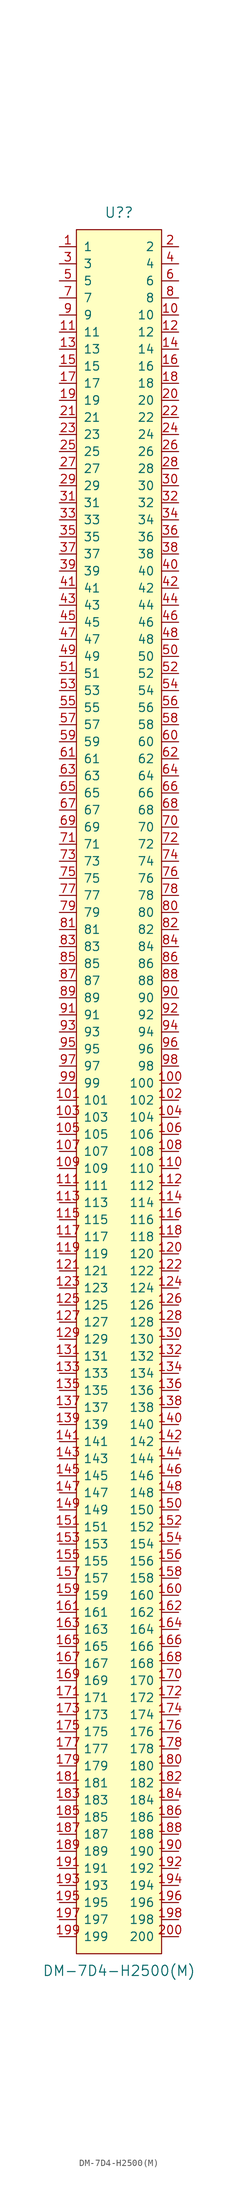
<source format=kicad_sym>
(kicad_symbol_lib
  (version 20211014)
  (generator kicad_symbol_editor)
  (symbol "DM-7D4-H2500(M)"
    (pin_names
      (offset 1.016))
    (property "Reference" "U?"
      (at 0 130.81 0)
      (effects (font (size 1.524 1.524))))
    (property "Value" "DM-7D4-H2500(M)"
      (at 0 -130.81 0)
      (effects (font (size 1.524 1.524))))
    (property "ki_locked" ""
      (at 0 0 0)
      (effects (font (size 1.27 1.27))))
    (symbol "DM-7D4-H2500(M)_1_1"
      (rectangle (start -6.35 128.27) (end 6.35 -128.27) (stroke (width 0) (type default) (color 0 0 0 0)) (fill (type background)))
      (pin unspecified line (at -8.89 125.73 0) (length 2.54) (name "1" (effects (font (size 1.27 1.27)))) (number "1" (effects (font (size 1.27 1.27)))))
      (pin unspecified line (at 8.89 115.57 180) (length 2.54) (name "10" (effects (font (size 1.27 1.27)))) (number "10" (effects (font (size 1.27 1.27)))))
      (pin unspecified line (at 8.89 1.27 180) (length 2.54) (name "100" (effects (font (size 1.27 1.27)))) (number "100" (effects (font (size 1.27 1.27)))))
      (pin unspecified line (at -8.89 -1.27 0) (length 2.54) (name "101" (effects (font (size 1.27 1.27)))) (number "101" (effects (font (size 1.27 1.27)))))
      (pin unspecified line (at 8.89 -1.27 180) (length 2.54) (name "102" (effects (font (size 1.27 1.27)))) (number "102" (effects (font (size 1.27 1.27)))))
      (pin unspecified line (at -8.89 -3.81 0) (length 2.54) (name "103" (effects (font (size 1.27 1.27)))) (number "103" (effects (font (size 1.27 1.27)))))
      (pin unspecified line (at 8.89 -3.81 180) (length 2.54) (name "104" (effects (font (size 1.27 1.27)))) (number "104" (effects (font (size 1.27 1.27)))))
      (pin unspecified line (at -8.89 -6.35 0) (length 2.54) (name "105" (effects (font (size 1.27 1.27)))) (number "105" (effects (font (size 1.27 1.27)))))
      (pin unspecified line (at 8.89 -6.35 180) (length 2.54) (name "106" (effects (font (size 1.27 1.27)))) (number "106" (effects (font (size 1.27 1.27)))))
      (pin unspecified line (at -8.89 -8.89 0) (length 2.54) (name "107" (effects (font (size 1.27 1.27)))) (number "107" (effects (font (size 1.27 1.27)))))
      (pin unspecified line (at 8.89 -8.89 180) (length 2.54) (name "108" (effects (font (size 1.27 1.27)))) (number "108" (effects (font (size 1.27 1.27)))))
      (pin unspecified line (at -8.89 -11.43 0) (length 2.54) (name "109" (effects (font (size 1.27 1.27)))) (number "109" (effects (font (size 1.27 1.27)))))
      (pin unspecified line (at -8.89 113.03 0) (length 2.54) (name "11" (effects (font (size 1.27 1.27)))) (number "11" (effects (font (size 1.27 1.27)))))
      (pin unspecified line (at 8.89 -11.43 180) (length 2.54) (name "110" (effects (font (size 1.27 1.27)))) (number "110" (effects (font (size 1.27 1.27)))))
      (pin unspecified line (at -8.89 -13.97 0) (length 2.54) (name "111" (effects (font (size 1.27 1.27)))) (number "111" (effects (font (size 1.27 1.27)))))
      (pin unspecified line (at 8.89 -13.97 180) (length 2.54) (name "112" (effects (font (size 1.27 1.27)))) (number "112" (effects (font (size 1.27 1.27)))))
      (pin unspecified line (at -8.89 -16.51 0) (length 2.54) (name "113" (effects (font (size 1.27 1.27)))) (number "113" (effects (font (size 1.27 1.27)))))
      (pin unspecified line (at 8.89 -16.51 180) (length 2.54) (name "114" (effects (font (size 1.27 1.27)))) (number "114" (effects (font (size 1.27 1.27)))))
      (pin unspecified line (at -8.89 -19.05 0) (length 2.54) (name "115" (effects (font (size 1.27 1.27)))) (number "115" (effects (font (size 1.27 1.27)))))
      (pin unspecified line (at 8.89 -19.05 180) (length 2.54) (name "116" (effects (font (size 1.27 1.27)))) (number "116" (effects (font (size 1.27 1.27)))))
      (pin unspecified line (at -8.89 -21.59 0) (length 2.54) (name "117" (effects (font (size 1.27 1.27)))) (number "117" (effects (font (size 1.27 1.27)))))
      (pin unspecified line (at 8.89 -21.59 180) (length 2.54) (name "118" (effects (font (size 1.27 1.27)))) (number "118" (effects (font (size 1.27 1.27)))))
      (pin unspecified line (at -8.89 -24.13 0) (length 2.54) (name "119" (effects (font (size 1.27 1.27)))) (number "119" (effects (font (size 1.27 1.27)))))
      (pin unspecified line (at 8.89 113.03 180) (length 2.54) (name "12" (effects (font (size 1.27 1.27)))) (number "12" (effects (font (size 1.27 1.27)))))
      (pin unspecified line (at 8.89 -24.13 180) (length 2.54) (name "120" (effects (font (size 1.27 1.27)))) (number "120" (effects (font (size 1.27 1.27)))))
      (pin unspecified line (at -8.89 -26.67 0) (length 2.54) (name "121" (effects (font (size 1.27 1.27)))) (number "121" (effects (font (size 1.27 1.27)))))
      (pin unspecified line (at 8.89 -26.67 180) (length 2.54) (name "122" (effects (font (size 1.27 1.27)))) (number "122" (effects (font (size 1.27 1.27)))))
      (pin unspecified line (at -8.89 -29.21 0) (length 2.54) (name "123" (effects (font (size 1.27 1.27)))) (number "123" (effects (font (size 1.27 1.27)))))
      (pin unspecified line (at 8.89 -29.21 180) (length 2.54) (name "124" (effects (font (size 1.27 1.27)))) (number "124" (effects (font (size 1.27 1.27)))))
      (pin unspecified line (at -8.89 -31.75 0) (length 2.54) (name "125" (effects (font (size 1.27 1.27)))) (number "125" (effects (font (size 1.27 1.27)))))
      (pin unspecified line (at 8.89 -31.75 180) (length 2.54) (name "126" (effects (font (size 1.27 1.27)))) (number "126" (effects (font (size 1.27 1.27)))))
      (pin unspecified line (at -8.89 -34.29 0) (length 2.54) (name "127" (effects (font (size 1.27 1.27)))) (number "127" (effects (font (size 1.27 1.27)))))
      (pin unspecified line (at 8.89 -34.29 180) (length 2.54) (name "128" (effects (font (size 1.27 1.27)))) (number "128" (effects (font (size 1.27 1.27)))))
      (pin unspecified line (at -8.89 -36.83 0) (length 2.54) (name "129" (effects (font (size 1.27 1.27)))) (number "129" (effects (font (size 1.27 1.27)))))
      (pin unspecified line (at -8.89 110.49 0) (length 2.54) (name "13" (effects (font (size 1.27 1.27)))) (number "13" (effects (font (size 1.27 1.27)))))
      (pin unspecified line (at 8.89 -36.83 180) (length 2.54) (name "130" (effects (font (size 1.27 1.27)))) (number "130" (effects (font (size 1.27 1.27)))))
      (pin unspecified line (at -8.89 -39.37 0) (length 2.54) (name "131" (effects (font (size 1.27 1.27)))) (number "131" (effects (font (size 1.27 1.27)))))
      (pin unspecified line (at 8.89 -39.37 180) (length 2.54) (name "132" (effects (font (size 1.27 1.27)))) (number "132" (effects (font (size 1.27 1.27)))))
      (pin unspecified line (at -8.89 -41.91 0) (length 2.54) (name "133" (effects (font (size 1.27 1.27)))) (number "133" (effects (font (size 1.27 1.27)))))
      (pin unspecified line (at 8.89 -41.91 180) (length 2.54) (name "134" (effects (font (size 1.27 1.27)))) (number "134" (effects (font (size 1.27 1.27)))))
      (pin unspecified line (at -8.89 -44.45 0) (length 2.54) (name "135" (effects (font (size 1.27 1.27)))) (number "135" (effects (font (size 1.27 1.27)))))
      (pin unspecified line (at 8.89 -44.45 180) (length 2.54) (name "136" (effects (font (size 1.27 1.27)))) (number "136" (effects (font (size 1.27 1.27)))))
      (pin unspecified line (at -8.89 -46.99 0) (length 2.54) (name "137" (effects (font (size 1.27 1.27)))) (number "137" (effects (font (size 1.27 1.27)))))
      (pin unspecified line (at 8.89 -46.99 180) (length 2.54) (name "138" (effects (font (size 1.27 1.27)))) (number "138" (effects (font (size 1.27 1.27)))))
      (pin unspecified line (at -8.89 -49.53 0) (length 2.54) (name "139" (effects (font (size 1.27 1.27)))) (number "139" (effects (font (size 1.27 1.27)))))
      (pin unspecified line (at 8.89 110.49 180) (length 2.54) (name "14" (effects (font (size 1.27 1.27)))) (number "14" (effects (font (size 1.27 1.27)))))
      (pin unspecified line (at 8.89 -49.53 180) (length 2.54) (name "140" (effects (font (size 1.27 1.27)))) (number "140" (effects (font (size 1.27 1.27)))))
      (pin unspecified line (at -8.89 -52.07 0) (length 2.54) (name "141" (effects (font (size 1.27 1.27)))) (number "141" (effects (font (size 1.27 1.27)))))
      (pin unspecified line (at 8.89 -52.07 180) (length 2.54) (name "142" (effects (font (size 1.27 1.27)))) (number "142" (effects (font (size 1.27 1.27)))))
      (pin unspecified line (at -8.89 -54.61 0) (length 2.54) (name "143" (effects (font (size 1.27 1.27)))) (number "143" (effects (font (size 1.27 1.27)))))
      (pin unspecified line (at 8.89 -54.61 180) (length 2.54) (name "144" (effects (font (size 1.27 1.27)))) (number "144" (effects (font (size 1.27 1.27)))))
      (pin unspecified line (at -8.89 -57.15 0) (length 2.54) (name "145" (effects (font (size 1.27 1.27)))) (number "145" (effects (font (size 1.27 1.27)))))
      (pin unspecified line (at 8.89 -57.15 180) (length 2.54) (name "146" (effects (font (size 1.27 1.27)))) (number "146" (effects (font (size 1.27 1.27)))))
      (pin unspecified line (at -8.89 -59.69 0) (length 2.54) (name "147" (effects (font (size 1.27 1.27)))) (number "147" (effects (font (size 1.27 1.27)))))
      (pin unspecified line (at 8.89 -59.69 180) (length 2.54) (name "148" (effects (font (size 1.27 1.27)))) (number "148" (effects (font (size 1.27 1.27)))))
      (pin unspecified line (at -8.89 -62.23 0) (length 2.54) (name "149" (effects (font (size 1.27 1.27)))) (number "149" (effects (font (size 1.27 1.27)))))
      (pin unspecified line (at -8.89 107.95 0) (length 2.54) (name "15" (effects (font (size 1.27 1.27)))) (number "15" (effects (font (size 1.27 1.27)))))
      (pin unspecified line (at 8.89 -62.23 180) (length 2.54) (name "150" (effects (font (size 1.27 1.27)))) (number "150" (effects (font (size 1.27 1.27)))))
      (pin unspecified line (at -8.89 -64.77 0) (length 2.54) (name "151" (effects (font (size 1.27 1.27)))) (number "151" (effects (font (size 1.27 1.27)))))
      (pin unspecified line (at 8.89 -64.77 180) (length 2.54) (name "152" (effects (font (size 1.27 1.27)))) (number "152" (effects (font (size 1.27 1.27)))))
      (pin unspecified line (at -8.89 -67.31 0) (length 2.54) (name "153" (effects (font (size 1.27 1.27)))) (number "153" (effects (font (size 1.27 1.27)))))
      (pin unspecified line (at 8.89 -67.31 180) (length 2.54) (name "154" (effects (font (size 1.27 1.27)))) (number "154" (effects (font (size 1.27 1.27)))))
      (pin unspecified line (at -8.89 -69.85 0) (length 2.54) (name "155" (effects (font (size 1.27 1.27)))) (number "155" (effects (font (size 1.27 1.27)))))
      (pin unspecified line (at 8.89 -69.85 180) (length 2.54) (name "156" (effects (font (size 1.27 1.27)))) (number "156" (effects (font (size 1.27 1.27)))))
      (pin unspecified line (at -8.89 -72.39 0) (length 2.54) (name "157" (effects (font (size 1.27 1.27)))) (number "157" (effects (font (size 1.27 1.27)))))
      (pin unspecified line (at 8.89 -72.39 180) (length 2.54) (name "158" (effects (font (size 1.27 1.27)))) (number "158" (effects (font (size 1.27 1.27)))))
      (pin unspecified line (at -8.89 -74.93 0) (length 2.54) (name "159" (effects (font (size 1.27 1.27)))) (number "159" (effects (font (size 1.27 1.27)))))
      (pin unspecified line (at 8.89 107.95 180) (length 2.54) (name "16" (effects (font (size 1.27 1.27)))) (number "16" (effects (font (size 1.27 1.27)))))
      (pin unspecified line (at 8.89 -74.93 180) (length 2.54) (name "160" (effects (font (size 1.27 1.27)))) (number "160" (effects (font (size 1.27 1.27)))))
      (pin unspecified line (at -8.89 -77.47 0) (length 2.54) (name "161" (effects (font (size 1.27 1.27)))) (number "161" (effects (font (size 1.27 1.27)))))
      (pin unspecified line (at 8.89 -77.47 180) (length 2.54) (name "162" (effects (font (size 1.27 1.27)))) (number "162" (effects (font (size 1.27 1.27)))))
      (pin unspecified line (at -8.89 -80.01 0) (length 2.54) (name "163" (effects (font (size 1.27 1.27)))) (number "163" (effects (font (size 1.27 1.27)))))
      (pin unspecified line (at 8.89 -80.01 180) (length 2.54) (name "164" (effects (font (size 1.27 1.27)))) (number "164" (effects (font (size 1.27 1.27)))))
      (pin unspecified line (at -8.89 -82.55 0) (length 2.54) (name "165" (effects (font (size 1.27 1.27)))) (number "165" (effects (font (size 1.27 1.27)))))
      (pin unspecified line (at 8.89 -82.55 180) (length 2.54) (name "166" (effects (font (size 1.27 1.27)))) (number "166" (effects (font (size 1.27 1.27)))))
      (pin unspecified line (at -8.89 -85.09 0) (length 2.54) (name "167" (effects (font (size 1.27 1.27)))) (number "167" (effects (font (size 1.27 1.27)))))
      (pin unspecified line (at 8.89 -85.09 180) (length 2.54) (name "168" (effects (font (size 1.27 1.27)))) (number "168" (effects (font (size 1.27 1.27)))))
      (pin unspecified line (at -8.89 -87.63 0) (length 2.54) (name "169" (effects (font (size 1.27 1.27)))) (number "169" (effects (font (size 1.27 1.27)))))
      (pin unspecified line (at -8.89 105.41 0) (length 2.54) (name "17" (effects (font (size 1.27 1.27)))) (number "17" (effects (font (size 1.27 1.27)))))
      (pin unspecified line (at 8.89 -87.63 180) (length 2.54) (name "170" (effects (font (size 1.27 1.27)))) (number "170" (effects (font (size 1.27 1.27)))))
      (pin unspecified line (at -8.89 -90.17 0) (length 2.54) (name "171" (effects (font (size 1.27 1.27)))) (number "171" (effects (font (size 1.27 1.27)))))
      (pin unspecified line (at 8.89 -90.17 180) (length 2.54) (name "172" (effects (font (size 1.27 1.27)))) (number "172" (effects (font (size 1.27 1.27)))))
      (pin unspecified line (at -8.89 -92.71 0) (length 2.54) (name "173" (effects (font (size 1.27 1.27)))) (number "173" (effects (font (size 1.27 1.27)))))
      (pin unspecified line (at 8.89 -92.71 180) (length 2.54) (name "174" (effects (font (size 1.27 1.27)))) (number "174" (effects (font (size 1.27 1.27)))))
      (pin unspecified line (at -8.89 -95.25 0) (length 2.54) (name "175" (effects (font (size 1.27 1.27)))) (number "175" (effects (font (size 1.27 1.27)))))
      (pin unspecified line (at 8.89 -95.25 180) (length 2.54) (name "176" (effects (font (size 1.27 1.27)))) (number "176" (effects (font (size 1.27 1.27)))))
      (pin unspecified line (at -8.89 -97.79 0) (length 2.54) (name "177" (effects (font (size 1.27 1.27)))) (number "177" (effects (font (size 1.27 1.27)))))
      (pin unspecified line (at 8.89 -97.79 180) (length 2.54) (name "178" (effects (font (size 1.27 1.27)))) (number "178" (effects (font (size 1.27 1.27)))))
      (pin unspecified line (at -8.89 -100.33 0) (length 2.54) (name "179" (effects (font (size 1.27 1.27)))) (number "179" (effects (font (size 1.27 1.27)))))
      (pin unspecified line (at 8.89 105.41 180) (length 2.54) (name "18" (effects (font (size 1.27 1.27)))) (number "18" (effects (font (size 1.27 1.27)))))
      (pin unspecified line (at 8.89 -100.33 180) (length 2.54) (name "180" (effects (font (size 1.27 1.27)))) (number "180" (effects (font (size 1.27 1.27)))))
      (pin unspecified line (at -8.89 -102.87 0) (length 2.54) (name "181" (effects (font (size 1.27 1.27)))) (number "181" (effects (font (size 1.27 1.27)))))
      (pin unspecified line (at 8.89 -102.87 180) (length 2.54) (name "182" (effects (font (size 1.27 1.27)))) (number "182" (effects (font (size 1.27 1.27)))))
      (pin unspecified line (at -8.89 -105.41 0) (length 2.54) (name "183" (effects (font (size 1.27 1.27)))) (number "183" (effects (font (size 1.27 1.27)))))
      (pin unspecified line (at 8.89 -105.41 180) (length 2.54) (name "184" (effects (font (size 1.27 1.27)))) (number "184" (effects (font (size 1.27 1.27)))))
      (pin unspecified line (at -8.89 -107.95 0) (length 2.54) (name "185" (effects (font (size 1.27 1.27)))) (number "185" (effects (font (size 1.27 1.27)))))
      (pin unspecified line (at 8.89 -107.95 180) (length 2.54) (name "186" (effects (font (size 1.27 1.27)))) (number "186" (effects (font (size 1.27 1.27)))))
      (pin unspecified line (at -8.89 -110.49 0) (length 2.54) (name "187" (effects (font (size 1.27 1.27)))) (number "187" (effects (font (size 1.27 1.27)))))
      (pin unspecified line (at 8.89 -110.49 180) (length 2.54) (name "188" (effects (font (size 1.27 1.27)))) (number "188" (effects (font (size 1.27 1.27)))))
      (pin unspecified line (at -8.89 -113.03 0) (length 2.54) (name "189" (effects (font (size 1.27 1.27)))) (number "189" (effects (font (size 1.27 1.27)))))
      (pin unspecified line (at -8.89 102.87 0) (length 2.54) (name "19" (effects (font (size 1.27 1.27)))) (number "19" (effects (font (size 1.27 1.27)))))
      (pin unspecified line (at 8.89 -113.03 180) (length 2.54) (name "190" (effects (font (size 1.27 1.27)))) (number "190" (effects (font (size 1.27 1.27)))))
      (pin unspecified line (at -8.89 -115.57 0) (length 2.54) (name "191" (effects (font (size 1.27 1.27)))) (number "191" (effects (font (size 1.27 1.27)))))
      (pin unspecified line (at 8.89 -115.57 180) (length 2.54) (name "192" (effects (font (size 1.27 1.27)))) (number "192" (effects (font (size 1.27 1.27)))))
      (pin unspecified line (at -8.89 -118.11 0) (length 2.54) (name "193" (effects (font (size 1.27 1.27)))) (number "193" (effects (font (size 1.27 1.27)))))
      (pin unspecified line (at 8.89 -118.11 180) (length 2.54) (name "194" (effects (font (size 1.27 1.27)))) (number "194" (effects (font (size 1.27 1.27)))))
      (pin unspecified line (at -8.89 -120.65 0) (length 2.54) (name "195" (effects (font (size 1.27 1.27)))) (number "195" (effects (font (size 1.27 1.27)))))
      (pin unspecified line (at 8.89 -120.65 180) (length 2.54) (name "196" (effects (font (size 1.27 1.27)))) (number "196" (effects (font (size 1.27 1.27)))))
      (pin unspecified line (at -8.89 -123.19 0) (length 2.54) (name "197" (effects (font (size 1.27 1.27)))) (number "197" (effects (font (size 1.27 1.27)))))
      (pin unspecified line (at 8.89 -123.19 180) (length 2.54) (name "198" (effects (font (size 1.27 1.27)))) (number "198" (effects (font (size 1.27 1.27)))))
      (pin unspecified line (at -8.89 -125.73 0) (length 2.54) (name "199" (effects (font (size 1.27 1.27)))) (number "199" (effects (font (size 1.27 1.27)))))
      (pin unspecified line (at 8.89 125.73 180) (length 2.54) (name "2" (effects (font (size 1.27 1.27)))) (number "2" (effects (font (size 1.27 1.27)))))
      (pin unspecified line (at 8.89 102.87 180) (length 2.54) (name "20" (effects (font (size 1.27 1.27)))) (number "20" (effects (font (size 1.27 1.27)))))
      (pin unspecified line (at 8.89 -125.73 180) (length 2.54) (name "200" (effects (font (size 1.27 1.27)))) (number "200" (effects (font (size 1.27 1.27)))))
      (pin unspecified line (at -8.89 100.33 0) (length 2.54) (name "21" (effects (font (size 1.27 1.27)))) (number "21" (effects (font (size 1.27 1.27)))))
      (pin unspecified line (at 8.89 100.33 180) (length 2.54) (name "22" (effects (font (size 1.27 1.27)))) (number "22" (effects (font (size 1.27 1.27)))))
      (pin unspecified line (at -8.89 97.79 0) (length 2.54) (name "23" (effects (font (size 1.27 1.27)))) (number "23" (effects (font (size 1.27 1.27)))))
      (pin unspecified line (at 8.89 97.79 180) (length 2.54) (name "24" (effects (font (size 1.27 1.27)))) (number "24" (effects (font (size 1.27 1.27)))))
      (pin unspecified line (at -8.89 95.25 0) (length 2.54) (name "25" (effects (font (size 1.27 1.27)))) (number "25" (effects (font (size 1.27 1.27)))))
      (pin unspecified line (at 8.89 95.25 180) (length 2.54) (name "26" (effects (font (size 1.27 1.27)))) (number "26" (effects (font (size 1.27 1.27)))))
      (pin unspecified line (at -8.89 92.71 0) (length 2.54) (name "27" (effects (font (size 1.27 1.27)))) (number "27" (effects (font (size 1.27 1.27)))))
      (pin unspecified line (at 8.89 92.71 180) (length 2.54) (name "28" (effects (font (size 1.27 1.27)))) (number "28" (effects (font (size 1.27 1.27)))))
      (pin unspecified line (at -8.89 90.17 0) (length 2.54) (name "29" (effects (font (size 1.27 1.27)))) (number "29" (effects (font (size 1.27 1.27)))))
      (pin unspecified line (at -8.89 123.19 0) (length 2.54) (name "3" (effects (font (size 1.27 1.27)))) (number "3" (effects (font (size 1.27 1.27)))))
      (pin unspecified line (at 8.89 90.17 180) (length 2.54) (name "30" (effects (font (size 1.27 1.27)))) (number "30" (effects (font (size 1.27 1.27)))))
      (pin unspecified line (at -8.89 87.63 0) (length 2.54) (name "31" (effects (font (size 1.27 1.27)))) (number "31" (effects (font (size 1.27 1.27)))))
      (pin unspecified line (at 8.89 87.63 180) (length 2.54) (name "32" (effects (font (size 1.27 1.27)))) (number "32" (effects (font (size 1.27 1.27)))))
      (pin unspecified line (at -8.89 85.09 0) (length 2.54) (name "33" (effects (font (size 1.27 1.27)))) (number "33" (effects (font (size 1.27 1.27)))))
      (pin unspecified line (at 8.89 85.09 180) (length 2.54) (name "34" (effects (font (size 1.27 1.27)))) (number "34" (effects (font (size 1.27 1.27)))))
      (pin unspecified line (at -8.89 82.55 0) (length 2.54) (name "35" (effects (font (size 1.27 1.27)))) (number "35" (effects (font (size 1.27 1.27)))))
      (pin unspecified line (at 8.89 82.55 180) (length 2.54) (name "36" (effects (font (size 1.27 1.27)))) (number "36" (effects (font (size 1.27 1.27)))))
      (pin unspecified line (at -8.89 80.01 0) (length 2.54) (name "37" (effects (font (size 1.27 1.27)))) (number "37" (effects (font (size 1.27 1.27)))))
      (pin unspecified line (at 8.89 80.01 180) (length 2.54) (name "38" (effects (font (size 1.27 1.27)))) (number "38" (effects (font (size 1.27 1.27)))))
      (pin unspecified line (at -8.89 77.47 0) (length 2.54) (name "39" (effects (font (size 1.27 1.27)))) (number "39" (effects (font (size 1.27 1.27)))))
      (pin unspecified line (at 8.89 123.19 180) (length 2.54) (name "4" (effects (font (size 1.27 1.27)))) (number "4" (effects (font (size 1.27 1.27)))))
      (pin unspecified line (at 8.89 77.47 180) (length 2.54) (name "40" (effects (font (size 1.27 1.27)))) (number "40" (effects (font (size 1.27 1.27)))))
      (pin unspecified line (at -8.89 74.93 0) (length 2.54) (name "41" (effects (font (size 1.27 1.27)))) (number "41" (effects (font (size 1.27 1.27)))))
      (pin unspecified line (at 8.89 74.93 180) (length 2.54) (name "42" (effects (font (size 1.27 1.27)))) (number "42" (effects (font (size 1.27 1.27)))))
      (pin unspecified line (at -8.89 72.39 0) (length 2.54) (name "43" (effects (font (size 1.27 1.27)))) (number "43" (effects (font (size 1.27 1.27)))))
      (pin unspecified line (at 8.89 72.39 180) (length 2.54) (name "44" (effects (font (size 1.27 1.27)))) (number "44" (effects (font (size 1.27 1.27)))))
      (pin unspecified line (at -8.89 69.85 0) (length 2.54) (name "45" (effects (font (size 1.27 1.27)))) (number "45" (effects (font (size 1.27 1.27)))))
      (pin unspecified line (at 8.89 69.85 180) (length 2.54) (name "46" (effects (font (size 1.27 1.27)))) (number "46" (effects (font (size 1.27 1.27)))))
      (pin unspecified line (at -8.89 67.31 0) (length 2.54) (name "47" (effects (font (size 1.27 1.27)))) (number "47" (effects (font (size 1.27 1.27)))))
      (pin unspecified line (at 8.89 67.31 180) (length 2.54) (name "48" (effects (font (size 1.27 1.27)))) (number "48" (effects (font (size 1.27 1.27)))))
      (pin unspecified line (at -8.89 64.77 0) (length 2.54) (name "49" (effects (font (size 1.27 1.27)))) (number "49" (effects (font (size 1.27 1.27)))))
      (pin unspecified line (at -8.89 120.65 0) (length 2.54) (name "5" (effects (font (size 1.27 1.27)))) (number "5" (effects (font (size 1.27 1.27)))))
      (pin unspecified line (at 8.89 64.77 180) (length 2.54) (name "50" (effects (font (size 1.27 1.27)))) (number "50" (effects (font (size 1.27 1.27)))))
      (pin unspecified line (at -8.89 62.23 0) (length 2.54) (name "51" (effects (font (size 1.27 1.27)))) (number "51" (effects (font (size 1.27 1.27)))))
      (pin unspecified line (at 8.89 62.23 180) (length 2.54) (name "52" (effects (font (size 1.27 1.27)))) (number "52" (effects (font (size 1.27 1.27)))))
      (pin unspecified line (at -8.89 59.69 0) (length 2.54) (name "53" (effects (font (size 1.27 1.27)))) (number "53" (effects (font (size 1.27 1.27)))))
      (pin unspecified line (at 8.89 59.69 180) (length 2.54) (name "54" (effects (font (size 1.27 1.27)))) (number "54" (effects (font (size 1.27 1.27)))))
      (pin unspecified line (at -8.89 57.15 0) (length 2.54) (name "55" (effects (font (size 1.27 1.27)))) (number "55" (effects (font (size 1.27 1.27)))))
      (pin unspecified line (at 8.89 57.15 180) (length 2.54) (name "56" (effects (font (size 1.27 1.27)))) (number "56" (effects (font (size 1.27 1.27)))))
      (pin unspecified line (at -8.89 54.61 0) (length 2.54) (name "57" (effects (font (size 1.27 1.27)))) (number "57" (effects (font (size 1.27 1.27)))))
      (pin unspecified line (at 8.89 54.61 180) (length 2.54) (name "58" (effects (font (size 1.27 1.27)))) (number "58" (effects (font (size 1.27 1.27)))))
      (pin unspecified line (at -8.89 52.07 0) (length 2.54) (name "59" (effects (font (size 1.27 1.27)))) (number "59" (effects (font (size 1.27 1.27)))))
      (pin unspecified line (at 8.89 120.65 180) (length 2.54) (name "6" (effects (font (size 1.27 1.27)))) (number "6" (effects (font (size 1.27 1.27)))))
      (pin unspecified line (at 8.89 52.07 180) (length 2.54) (name "60" (effects (font (size 1.27 1.27)))) (number "60" (effects (font (size 1.27 1.27)))))
      (pin unspecified line (at -8.89 49.53 0) (length 2.54) (name "61" (effects (font (size 1.27 1.27)))) (number "61" (effects (font (size 1.27 1.27)))))
      (pin unspecified line (at 8.89 49.53 180) (length 2.54) (name "62" (effects (font (size 1.27 1.27)))) (number "62" (effects (font (size 1.27 1.27)))))
      (pin unspecified line (at -8.89 46.99 0) (length 2.54) (name "63" (effects (font (size 1.27 1.27)))) (number "63" (effects (font (size 1.27 1.27)))))
      (pin unspecified line (at 8.89 46.99 180) (length 2.54) (name "64" (effects (font (size 1.27 1.27)))) (number "64" (effects (font (size 1.27 1.27)))))
      (pin unspecified line (at -8.89 44.45 0) (length 2.54) (name "65" (effects (font (size 1.27 1.27)))) (number "65" (effects (font (size 1.27 1.27)))))
      (pin unspecified line (at 8.89 44.45 180) (length 2.54) (name "66" (effects (font (size 1.27 1.27)))) (number "66" (effects (font (size 1.27 1.27)))))
      (pin unspecified line (at -8.89 41.91 0) (length 2.54) (name "67" (effects (font (size 1.27 1.27)))) (number "67" (effects (font (size 1.27 1.27)))))
      (pin unspecified line (at 8.89 41.91 180) (length 2.54) (name "68" (effects (font (size 1.27 1.27)))) (number "68" (effects (font (size 1.27 1.27)))))
      (pin unspecified line (at -8.89 39.37 0) (length 2.54) (name "69" (effects (font (size 1.27 1.27)))) (number "69" (effects (font (size 1.27 1.27)))))
      (pin unspecified line (at -8.89 118.11 0) (length 2.54) (name "7" (effects (font (size 1.27 1.27)))) (number "7" (effects (font (size 1.27 1.27)))))
      (pin unspecified line (at 8.89 39.37 180) (length 2.54) (name "70" (effects (font (size 1.27 1.27)))) (number "70" (effects (font (size 1.27 1.27)))))
      (pin unspecified line (at -8.89 36.83 0) (length 2.54) (name "71" (effects (font (size 1.27 1.27)))) (number "71" (effects (font (size 1.27 1.27)))))
      (pin unspecified line (at 8.89 36.83 180) (length 2.54) (name "72" (effects (font (size 1.27 1.27)))) (number "72" (effects (font (size 1.27 1.27)))))
      (pin unspecified line (at -8.89 34.29 0) (length 2.54) (name "73" (effects (font (size 1.27 1.27)))) (number "73" (effects (font (size 1.27 1.27)))))
      (pin unspecified line (at 8.89 34.29 180) (length 2.54) (name "74" (effects (font (size 1.27 1.27)))) (number "74" (effects (font (size 1.27 1.27)))))
      (pin unspecified line (at -8.89 31.75 0) (length 2.54) (name "75" (effects (font (size 1.27 1.27)))) (number "75" (effects (font (size 1.27 1.27)))))
      (pin unspecified line (at 8.89 31.75 180) (length 2.54) (name "76" (effects (font (size 1.27 1.27)))) (number "76" (effects (font (size 1.27 1.27)))))
      (pin unspecified line (at -8.89 29.21 0) (length 2.54) (name "77" (effects (font (size 1.27 1.27)))) (number "77" (effects (font (size 1.27 1.27)))))
      (pin unspecified line (at 8.89 29.21 180) (length 2.54) (name "78" (effects (font (size 1.27 1.27)))) (number "78" (effects (font (size 1.27 1.27)))))
      (pin unspecified line (at -8.89 26.67 0) (length 2.54) (name "79" (effects (font (size 1.27 1.27)))) (number "79" (effects (font (size 1.27 1.27)))))
      (pin unspecified line (at 8.89 118.11 180) (length 2.54) (name "8" (effects (font (size 1.27 1.27)))) (number "8" (effects (font (size 1.27 1.27)))))
      (pin unspecified line (at 8.89 26.67 180) (length 2.54) (name "80" (effects (font (size 1.27 1.27)))) (number "80" (effects (font (size 1.27 1.27)))))
      (pin unspecified line (at -8.89 24.13 0) (length 2.54) (name "81" (effects (font (size 1.27 1.27)))) (number "81" (effects (font (size 1.27 1.27)))))
      (pin unspecified line (at 8.89 24.13 180) (length 2.54) (name "82" (effects (font (size 1.27 1.27)))) (number "82" (effects (font (size 1.27 1.27)))))
      (pin unspecified line (at -8.89 21.59 0) (length 2.54) (name "83" (effects (font (size 1.27 1.27)))) (number "83" (effects (font (size 1.27 1.27)))))
      (pin unspecified line (at 8.89 21.59 180) (length 2.54) (name "84" (effects (font (size 1.27 1.27)))) (number "84" (effects (font (size 1.27 1.27)))))
      (pin unspecified line (at -8.89 19.05 0) (length 2.54) (name "85" (effects (font (size 1.27 1.27)))) (number "85" (effects (font (size 1.27 1.27)))))
      (pin unspecified line (at 8.89 19.05 180) (length 2.54) (name "86" (effects (font (size 1.27 1.27)))) (number "86" (effects (font (size 1.27 1.27)))))
      (pin unspecified line (at -8.89 16.51 0) (length 2.54) (name "87" (effects (font (size 1.27 1.27)))) (number "87" (effects (font (size 1.27 1.27)))))
      (pin unspecified line (at 8.89 16.51 180) (length 2.54) (name "88" (effects (font (size 1.27 1.27)))) (number "88" (effects (font (size 1.27 1.27)))))
      (pin unspecified line (at -8.89 13.97 0) (length 2.54) (name "89" (effects (font (size 1.27 1.27)))) (number "89" (effects (font (size 1.27 1.27)))))
      (pin unspecified line (at -8.89 115.57 0) (length 2.54) (name "9" (effects (font (size 1.27 1.27)))) (number "9" (effects (font (size 1.27 1.27)))))
      (pin unspecified line (at 8.89 13.97 180) (length 2.54) (name "90" (effects (font (size 1.27 1.27)))) (number "90" (effects (font (size 1.27 1.27)))))
      (pin unspecified line (at -8.89 11.43 0) (length 2.54) (name "91" (effects (font (size 1.27 1.27)))) (number "91" (effects (font (size 1.27 1.27)))))
      (pin unspecified line (at 8.89 11.43 180) (length 2.54) (name "92" (effects (font (size 1.27 1.27)))) (number "92" (effects (font (size 1.27 1.27)))))
      (pin unspecified line (at -8.89 8.89 0) (length 2.54) (name "93" (effects (font (size 1.27 1.27)))) (number "93" (effects (font (size 1.27 1.27)))))
      (pin unspecified line (at 8.89 8.89 180) (length 2.54) (name "94" (effects (font (size 1.27 1.27)))) (number "94" (effects (font (size 1.27 1.27)))))
      (pin unspecified line (at -8.89 6.35 0) (length 2.54) (name "95" (effects (font (size 1.27 1.27)))) (number "95" (effects (font (size 1.27 1.27)))))
      (pin unspecified line (at 8.89 6.35 180) (length 2.54) (name "96" (effects (font (size 1.27 1.27)))) (number "96" (effects (font (size 1.27 1.27)))))
      (pin unspecified line (at -8.89 3.81 0) (length 2.54) (name "97" (effects (font (size 1.27 1.27)))) (number "97" (effects (font (size 1.27 1.27)))))
      (pin unspecified line (at 8.89 3.81 180) (length 2.54) (name "98" (effects (font (size 1.27 1.27)))) (number "98" (effects (font (size 1.27 1.27)))))
      (pin unspecified line (at -8.89 1.27 0) (length 2.54) (name "99" (effects (font (size 1.27 1.27)))) (number "99" (effects (font (size 1.27 1.27))))))))
</source>
